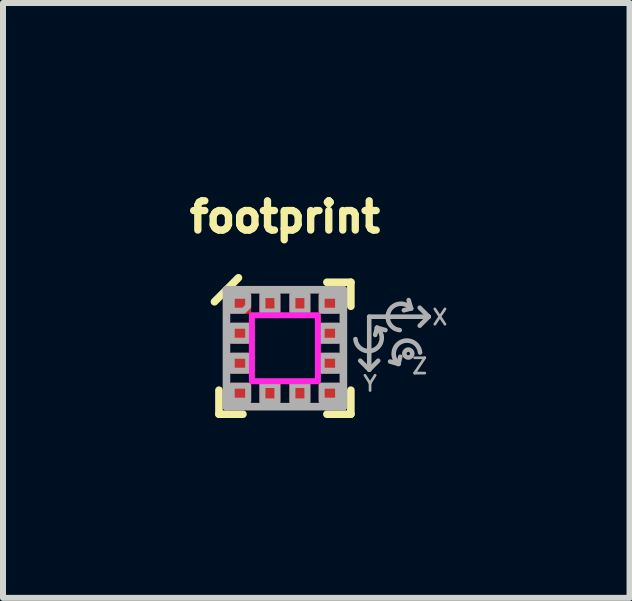
<source format=kicad_pcb>
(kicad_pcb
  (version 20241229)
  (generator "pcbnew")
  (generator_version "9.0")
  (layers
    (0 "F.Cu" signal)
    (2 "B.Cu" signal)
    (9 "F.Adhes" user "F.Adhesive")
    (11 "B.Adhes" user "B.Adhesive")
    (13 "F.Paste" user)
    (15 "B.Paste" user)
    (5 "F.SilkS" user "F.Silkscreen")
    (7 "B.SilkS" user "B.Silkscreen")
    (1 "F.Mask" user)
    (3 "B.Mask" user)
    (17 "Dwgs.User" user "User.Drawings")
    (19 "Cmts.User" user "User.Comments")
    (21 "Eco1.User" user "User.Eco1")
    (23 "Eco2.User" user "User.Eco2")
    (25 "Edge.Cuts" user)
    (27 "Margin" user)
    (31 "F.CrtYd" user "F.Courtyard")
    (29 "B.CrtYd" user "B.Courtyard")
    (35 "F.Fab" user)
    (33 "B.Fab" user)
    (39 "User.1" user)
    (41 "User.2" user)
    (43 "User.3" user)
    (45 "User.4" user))
  (footprint "footprint"
    (layer "F.Cu")
    (at 1.702 2.758)
    (property "Reference" "footprint" (at 0 -1.905 0) (layer "F.SilkS") (effects (font (size 0.488 0.488) (thickness 0.122)) (justify bottom)))
    (fp_line (start -1.175 -0.775) (end -0.775 -1.175) (stroke (width 0.127) (type solid)) (layer "F.SilkS"))
    (fp_line (start -1.1 1.1) (end -1.1 0.7) (stroke (width 0.127) (type solid)) (layer "F.SilkS"))
    (fp_line (start -1.1 1.1) (end -0.7 1.1) (stroke (width 0.127) (type solid)) (layer "F.SilkS"))
    (fp_line (start 1.1 -1.1) (end 0.7 -1.1) (stroke (width 0.127) (type solid)) (layer "F.SilkS"))
    (fp_line (start 1.1 -1.1) (end 1.1 -0.7) (stroke (width 0.127) (type solid)) (layer "F.SilkS"))
    (fp_line (start 1.1 1.1) (end 0.7 1.1) (stroke (width 0.127) (type solid)) (layer "F.SilkS"))
    (fp_line (start 1.1 1.1) (end 1.1 0.7) (stroke (width 0.127) (type solid)) (layer "F.SilkS"))
    (fp_poly (pts (xy -0.55 0.55) (xy 0.55 0.55) (xy 0.55 -0.55) (xy -0.55 -0.55)) (stroke (width 0.1) (type solid)) (fill no) (layer "F.CrtYd"))
    (fp_line (start -0.975 -0.975) (end 0.975 -0.975) (stroke (width 0.127) (type solid)) (layer "F.Fab"))
    (fp_line (start -0.975 0.975) (end -0.975 -0.975) (stroke (width 0.127) (type solid)) (layer "F.Fab"))
    (fp_line (start 0.975 -0.975) (end 0.975 0.975) (stroke (width 0.127) (type solid)) (layer "F.Fab"))
    (fp_line (start 0.975 0.975) (end -0.975 0.975) (stroke (width 0.127) (type solid)) (layer "F.Fab"))
    (fp_line (start 1.406 0.355) (end 1.406 -0.526) (stroke (width 0.076) (type solid)) (layer "F.Fab"))
    (fp_line (start 1.406 0.358) (end 1.256 0.208) (stroke (width 0.076) (type solid)) (layer "F.Fab"))
    (fp_line (start 1.406 0.358) (end 1.556 0.208) (stroke (width 0.076) (type solid)) (layer "F.Fab"))
    (fp_line (start 1.536 -0.342) (end 1.506 -0.222) (stroke (width 0.076) (type solid)) (layer "F.Fab"))
    (fp_line (start 1.536 -0.342) (end 1.676 -0.302) (stroke (width 0.076) (type solid)) (layer "F.Fab"))
    (fp_line (start 1.894 0.262) (end 1.754 0.222) (stroke (width 0.076) (type solid)) (layer "F.Fab"))
    (fp_line (start 1.894 0.262) (end 1.924 0.142) (stroke (width 0.076) (type solid)) (layer "F.Fab"))
    (fp_line (start 2.104 -0.663) (end 1.984 -0.633) (stroke (width 0.076) (type solid)) (layer "F.Fab"))
    (fp_line (start 2.104 -0.663) (end 2.064 -0.803) (stroke (width 0.076) (type solid)) (layer "F.Fab"))
    (fp_line (start 2.398 -0.526) (end 1.406 -0.526) (stroke (width 0.076) (type solid)) (layer "F.Fab"))
    (fp_line (start 2.398 -0.526) (end 2.248 -0.676) (stroke (width 0.076) (type solid)) (layer "F.Fab"))
    (fp_line (start 2.398 -0.526) (end 2.248 -0.376) (stroke (width 0.076) (type solid)) (layer "F.Fab"))
    (fp_arc (start 1.536 -0.341999) (mid 1.498177 0.02239) (end 1.176 -0.152) (stroke (width 0.0762) (type solid)) (layer "F.Fab"))
    (fp_arc (start 1.893998 0.262) (mid 1.931822 -0.102391) (end 2.254 0.072) (stroke (width 0.0762) (type solid)) (layer "F.Fab"))
    (fp_arc (start 1.9144 -0.3026) (mid 1.74001 -0.624777) (end 2.104399 -0.6626) (stroke (width 0.0762) (type solid)) (layer "F.Fab"))
    (fp_circle (center 2.058 0.089) (end 2.086 0.089) (stroke (width 0.076) (type solid)) (fill no) (layer "F.Fab"))
    (fp_poly (pts (xy -0.613 -0.125) (xy -0.613 -0.375) (xy -0.887 -0.375) (xy -0.887 -0.125)) (stroke (width 0.1) (type solid)) (fill no) (layer "F.Fab"))
    (fp_poly (pts (xy -0.613 0.375) (xy -0.613 0.125) (xy -0.887 0.125) (xy -0.887 0.375)) (stroke (width 0.1) (type solid)) (fill no) (layer "F.Fab"))
    (fp_poly (pts (xy -0.613 0.875) (xy -0.613 0.625) (xy -0.887 0.625) (xy -0.887 0.875)) (stroke (width 0.1) (type solid)) (fill no) (layer "F.Fab"))
    (fp_poly (pts (xy -0.375 -0.613) (xy -0.125 -0.613) (xy -0.125 -0.887) (xy -0.375 -0.887)) (stroke (width 0.1) (type solid)) (fill no) (layer "F.Fab"))
    (fp_poly (pts (xy -0.125 0.613) (xy -0.375 0.613) (xy -0.375 0.887) (xy -0.125 0.887)) (stroke (width 0.1) (type solid)) (fill no) (layer "F.Fab"))
    (fp_poly (pts (xy 0.125 -0.613) (xy 0.375 -0.613) (xy 0.375 -0.887) (xy 0.125 -0.887)) (stroke (width 0.1) (type solid)) (fill no) (layer "F.Fab"))
    (fp_poly (pts (xy 0.375 0.613) (xy 0.125 0.613) (xy 0.125 0.887) (xy 0.375 0.887)) (stroke (width 0.1) (type solid)) (fill no) (layer "F.Fab"))
    (fp_poly (pts (xy 0.613 -0.875) (xy 0.613 -0.625) (xy 0.887 -0.625) (xy 0.887 -0.875)) (stroke (width 0.1) (type solid)) (fill no) (layer "F.Fab"))
    (fp_poly (pts (xy 0.613 -0.375) (xy 0.613 -0.125) (xy 0.887 -0.125) (xy 0.887 -0.375)) (stroke (width 0.1) (type solid)) (fill no) (layer "F.Fab"))
    (fp_poly (pts (xy 0.613 0.125) (xy 0.613 0.375) (xy 0.887 0.375) (xy 0.887 0.125)) (stroke (width 0.1) (type solid)) (fill no) (layer "F.Fab"))
    (fp_poly (pts (xy 0.613 0.625) (xy 0.613 0.875) (xy 0.887 0.875) (xy 0.887 0.625)) (stroke (width 0.1) (type solid)) (fill no) (layer "F.Fab"))
    (fp_poly (pts (xy -0.613 -0.7) (xy -0.688 -0.625) (xy -0.887 -0.625) (xy -0.887 -0.875) (xy -0.613 -0.875)) (stroke (width 0.1) (type solid)) (fill no) (layer "F.Fab"))
    (fp_text user "Z" (at 2.248 0.299 0) (layer "F.Fab") (effects (font (size 0.255 0.255) (thickness 0.045))))
    (fp_text user "X" (at 2.585 -0.516 0) (layer "F.Fab") (effects (font (size 0.255 0.255) (thickness 0.045)) (justify mirror)))
    (fp_text user "Y" (at 1.42 0.59 0) (layer "F.Fab") (effects (font (size 0.255 0.255) (thickness 0.045)) (justify mirror)))
    (pad "1" smd rect (at -0.75 -0.75 90) (size 0.35 0.375) (layers "F.Cu" "F.Mask" "F.Paste"))
    (pad "2" smd rect (at -0.75 -0.25 90) (size 0.35 0.375) (layers "F.Cu" "F.Mask" "F.Paste"))
    (pad "3" smd rect (at -0.75 0.25 90) (size 0.35 0.375) (layers "F.Cu" "F.Mask" "F.Paste"))
    (pad "4" smd rect (at -0.75 0.75 90) (size 0.35 0.375) (layers "F.Cu" "F.Mask" "F.Paste"))
    (pad "5" smd rect (at -0.25 0.75 180) (size 0.35 0.375) (layers "F.Cu" "F.Mask" "F.Paste"))
    (pad "6" smd rect (at 0.25 0.75 180) (size 0.35 0.375) (layers "F.Cu" "F.Mask" "F.Paste"))
    (pad "7" smd rect (at 0.75 0.75 270) (size 0.35 0.375) (layers "F.Cu" "F.Mask" "F.Paste"))
    (pad "8" smd rect (at 0.75 0.25 270) (size 0.35 0.375) (layers "F.Cu" "F.Mask" "F.Paste"))
    (pad "9" smd rect (at 0.75 -0.25 270) (size 0.35 0.375) (layers "F.Cu" "F.Mask" "F.Paste"))
    (pad "10" smd rect (at 0.75 -0.75 270) (size 0.35 0.375) (layers "F.Cu" "F.Mask" "F.Paste"))
    (pad "11" smd rect (at 0.25 -0.75) (size 0.35 0.375) (layers "F.Cu" "F.Mask" "F.Paste"))
    (pad "12" smd rect (at -0.25 -0.75) (size 0.35 0.375) (layers "F.Cu" "F.Mask" "F.Paste")))
  (gr_rect
    (start -3 -3)
    (end 7.45 6.922)
    (stroke (width 0.1) (type default))
    (fill no)
    (layer "Edge.Cuts")))
</source>
